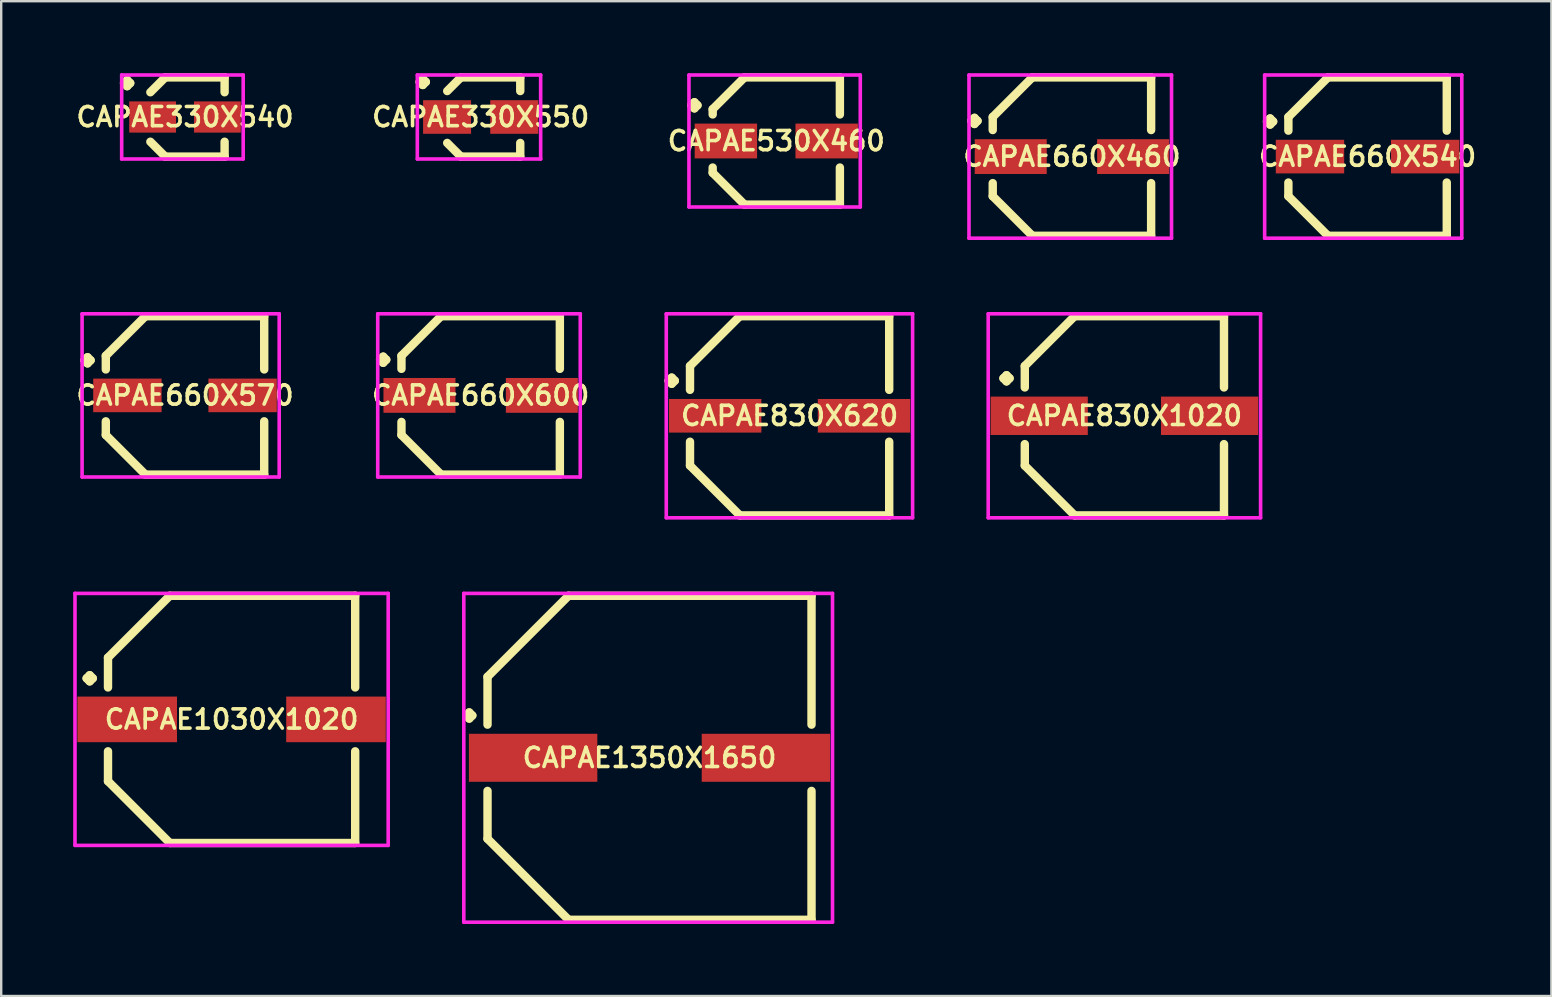
<source format=kicad_pcb>
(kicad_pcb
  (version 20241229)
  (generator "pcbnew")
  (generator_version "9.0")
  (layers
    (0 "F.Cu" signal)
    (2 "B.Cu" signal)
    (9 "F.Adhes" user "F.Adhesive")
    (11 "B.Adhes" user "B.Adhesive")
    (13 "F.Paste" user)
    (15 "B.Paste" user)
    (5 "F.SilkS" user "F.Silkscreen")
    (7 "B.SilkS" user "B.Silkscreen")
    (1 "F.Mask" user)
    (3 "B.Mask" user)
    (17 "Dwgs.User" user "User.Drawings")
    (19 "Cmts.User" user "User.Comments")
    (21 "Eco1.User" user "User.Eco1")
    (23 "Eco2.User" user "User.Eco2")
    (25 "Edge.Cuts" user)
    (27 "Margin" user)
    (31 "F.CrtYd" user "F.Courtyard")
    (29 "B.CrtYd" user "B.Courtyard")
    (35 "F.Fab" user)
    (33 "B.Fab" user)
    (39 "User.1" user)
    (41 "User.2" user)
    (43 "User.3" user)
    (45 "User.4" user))
  (footprint "CAPAE530X460"
    (layer "F.Cu")
    (at 29.296 2.825)
    (property "Reference" "CAPAE530X460" (at 0 0 0) (layer "F.SilkS") (effects (font (size 0.8 0.8) (thickness 0.15))))
    (attr smd)
    (fp_line (start -3.539 -1.487) (end -3.412 -1.614) (stroke (width 0.35) (type solid)) (layer "F.SilkS"))
    (fp_line (start -3.412 -1.614) (end -3.285 -1.487) (stroke (width 0.35) (type solid)) (layer "F.SilkS"))
    (fp_line (start -3.412 -1.36) (end -3.539 -1.487) (stroke (width 0.35) (type solid)) (layer "F.SilkS"))
    (fp_line (start -3.285 -1.487) (end -3.412 -1.36) (stroke (width 0.35) (type solid)) (layer "F.SilkS"))
    (fp_line (start -2.65 -1.325) (end -2.65 -1.106) (stroke (width 0.35) (type solid)) (layer "F.SilkS"))
    (fp_line (start -2.65 1.325) (end -2.65 1.106) (stroke (width 0.35) (type solid)) (layer "F.SilkS"))
    (fp_line (start -1.325 -2.65) (end -2.65 -1.325) (stroke (width 0.35) (type solid)) (layer "F.SilkS"))
    (fp_line (start -1.325 2.65) (end -2.65 1.325) (stroke (width 0.35) (type solid)) (layer "F.SilkS"))
    (fp_line (start 2.65 -2.65) (end -1.325 -2.65) (stroke (width 0.35) (type solid)) (layer "F.SilkS"))
    (fp_line (start 2.65 -1.106) (end 2.65 -2.65) (stroke (width 0.35) (type solid)) (layer "F.SilkS"))
    (fp_line (start 2.65 1.106) (end 2.65 2.65) (stroke (width 0.35) (type solid)) (layer "F.SilkS"))
    (fp_line (start 2.65 2.65) (end -1.325 2.65) (stroke (width 0.35) (type solid)) (layer "F.SilkS"))
    (fp_line (start -3.639 -2.75) (end 3.5 -2.75) (stroke (width 0.15) (type solid)) (layer "F.CrtYd"))
    (fp_line (start -3.639 2.75) (end -3.639 -2.75) (stroke (width 0.15) (type solid)) (layer "F.CrtYd"))
    (fp_line (start 3.5 -2.75) (end 3.5 2.75) (stroke (width 0.15) (type solid)) (layer "F.CrtYd"))
    (fp_line (start 3.5 2.75) (end -3.639 2.75) (stroke (width 0.15) (type solid)) (layer "F.CrtYd"))
    (pad "1" smd rect (at -2.1 0) (size 2.6 1.45) (layers "F.Cu" "F.Mask" "F.Paste"))
    (pad "2" smd rect (at 2.1 0) (size 2.6 1.45) (layers "F.Cu" "F.Mask" "F.Paste")))
  (footprint "CAPAE660X600"
    (layer "F.Cu")
    (at 16.978 13.425)
    (property "Reference" "CAPAE660X600" (at 0 0 0) (layer "F.SilkS") (effects (font (size 0.8 0.8) (thickness 0.15))))
    (attr smd)
    (fp_line (start -4.189 -1.487) (end -4.062 -1.614) (stroke (width 0.35) (type solid)) (layer "F.SilkS"))
    (fp_line (start -4.062 -1.614) (end -3.935 -1.487) (stroke (width 0.35) (type solid)) (layer "F.SilkS"))
    (fp_line (start -4.062 -1.36) (end -4.189 -1.487) (stroke (width 0.35) (type solid)) (layer "F.SilkS"))
    (fp_line (start -3.935 -1.487) (end -4.062 -1.36) (stroke (width 0.35) (type solid)) (layer "F.SilkS"))
    (fp_line (start -3.3 -1.65) (end -3.3 -1.106) (stroke (width 0.35) (type solid)) (layer "F.SilkS"))
    (fp_line (start -3.3 1.65) (end -3.3 1.106) (stroke (width 0.35) (type solid)) (layer "F.SilkS"))
    (fp_line (start -1.65 -3.3) (end -3.3 -1.65) (stroke (width 0.35) (type solid)) (layer "F.SilkS"))
    (fp_line (start -1.65 3.3) (end -3.3 1.65) (stroke (width 0.35) (type solid)) (layer "F.SilkS"))
    (fp_line (start 3.3 -3.3) (end -1.65 -3.3) (stroke (width 0.35) (type solid)) (layer "F.SilkS"))
    (fp_line (start 3.3 -1.106) (end 3.3 -3.3) (stroke (width 0.35) (type solid)) (layer "F.SilkS"))
    (fp_line (start 3.3 1.106) (end 3.3 3.3) (stroke (width 0.35) (type solid)) (layer "F.SilkS"))
    (fp_line (start 3.3 3.3) (end -1.65 3.3) (stroke (width 0.35) (type solid)) (layer "F.SilkS"))
    (fp_line (start -4.289 -3.4) (end 4.15 -3.4) (stroke (width 0.15) (type solid)) (layer "F.CrtYd"))
    (fp_line (start -4.289 3.4) (end -4.289 -3.4) (stroke (width 0.15) (type solid)) (layer "F.CrtYd"))
    (fp_line (start 4.15 -3.4) (end 4.15 3.4) (stroke (width 0.15) (type solid)) (layer "F.CrtYd"))
    (fp_line (start 4.15 3.4) (end -4.289 3.4) (stroke (width 0.15) (type solid)) (layer "F.CrtYd"))
    (pad "1" smd rect (at -2.55 0) (size 3 1.45) (layers "F.Cu" "F.Mask" "F.Paste"))
    (pad "2" smd rect (at 2.55 0) (size 3 1.45) (layers "F.Cu" "F.Mask" "F.Paste")))
  (footprint "CAPAE1350X1650"
    (layer "F.Cu")
    (at 24.014 28.525)
    (property "Reference" "CAPAE1350X1650" (at 0 0 0) (layer "F.SilkS") (effects (font (size 0.8 0.8) (thickness 0.15))))
    (attr smd)
    (fp_line (start -7.639 -1.762) (end -7.512 -1.889) (stroke (width 0.35) (type solid)) (layer "F.SilkS"))
    (fp_line (start -7.512 -1.889) (end -7.385 -1.762) (stroke (width 0.35) (type solid)) (layer "F.SilkS"))
    (fp_line (start -7.512 -1.635) (end -7.639 -1.762) (stroke (width 0.35) (type solid)) (layer "F.SilkS"))
    (fp_line (start -7.385 -1.762) (end -7.512 -1.635) (stroke (width 0.35) (type solid)) (layer "F.SilkS"))
    (fp_line (start -6.75 -3.375) (end -6.75 -1.381) (stroke (width 0.35) (type solid)) (layer "F.SilkS"))
    (fp_line (start -6.75 3.375) (end -6.75 1.381) (stroke (width 0.35) (type solid)) (layer "F.SilkS"))
    (fp_line (start -3.375 -6.75) (end -6.75 -3.375) (stroke (width 0.35) (type solid)) (layer "F.SilkS"))
    (fp_line (start -3.375 6.75) (end -6.75 3.375) (stroke (width 0.35) (type solid)) (layer "F.SilkS"))
    (fp_line (start 6.75 -6.75) (end -3.375 -6.75) (stroke (width 0.35) (type solid)) (layer "F.SilkS"))
    (fp_line (start 6.75 -1.381) (end 6.75 -6.75) (stroke (width 0.35) (type solid)) (layer "F.SilkS"))
    (fp_line (start 6.75 1.381) (end 6.75 6.75) (stroke (width 0.35) (type solid)) (layer "F.SilkS"))
    (fp_line (start 6.75 6.75) (end -3.375 6.75) (stroke (width 0.35) (type solid)) (layer "F.SilkS"))
    (fp_line (start -7.739 -6.85) (end 7.625 -6.85) (stroke (width 0.15) (type solid)) (layer "F.CrtYd"))
    (fp_line (start -7.739 6.85) (end -7.739 -6.85) (stroke (width 0.15) (type solid)) (layer "F.CrtYd"))
    (fp_line (start 7.625 -6.85) (end 7.625 6.85) (stroke (width 0.15) (type solid)) (layer "F.CrtYd"))
    (fp_line (start 7.625 6.85) (end -7.739 6.85) (stroke (width 0.15) (type solid)) (layer "F.CrtYd"))
    (pad "1" smd rect (at -4.85 0) (size 5.35 2) (layers "F.Cu" "F.Mask" "F.Paste"))
    (pad "2" smd rect (at 4.85 0) (size 5.35 2) (layers "F.Cu" "F.Mask" "F.Paste")))
  (footprint "CAPAE330X540"
    (layer "F.Cu")
    (at 4.659 1.825)
    (property "Reference" "CAPAE330X540" (at 0 0 0) (layer "F.SilkS") (effects (font (size 0.8 0.8) (thickness 0.15))))
    (attr smd)
    (fp_line (start -2.539 -1.412) (end -2.412 -1.539) (stroke (width 0.35) (type solid)) (layer "F.SilkS"))
    (fp_line (start -2.412 -1.539) (end -2.285 -1.412) (stroke (width 0.35) (type solid)) (layer "F.SilkS"))
    (fp_line (start -2.412 -1.285) (end -2.539 -1.412) (stroke (width 0.35) (type solid)) (layer "F.SilkS"))
    (fp_line (start -2.285 -1.412) (end -2.412 -1.285) (stroke (width 0.35) (type solid)) (layer "F.SilkS"))
    (fp_line (start -0.825 -1.65) (end -1.444 -1.031) (stroke (width 0.35) (type solid)) (layer "F.SilkS"))
    (fp_line (start -0.825 1.65) (end -1.444 1.031) (stroke (width 0.35) (type solid)) (layer "F.SilkS"))
    (fp_line (start 1.65 -1.65) (end -0.825 -1.65) (stroke (width 0.35) (type solid)) (layer "F.SilkS"))
    (fp_line (start 1.65 -1.031) (end 1.65 -1.65) (stroke (width 0.35) (type solid)) (layer "F.SilkS"))
    (fp_line (start 1.65 1.031) (end 1.65 1.65) (stroke (width 0.35) (type solid)) (layer "F.SilkS"))
    (fp_line (start 1.65 1.65) (end -0.825 1.65) (stroke (width 0.35) (type solid)) (layer "F.SilkS"))
    (fp_line (start -2.639 -1.75) (end 2.425 -1.75) (stroke (width 0.15) (type solid)) (layer "F.CrtYd"))
    (fp_line (start -2.639 1.75) (end -2.639 -1.75) (stroke (width 0.15) (type solid)) (layer "F.CrtYd"))
    (fp_line (start 2.425 -1.75) (end 2.425 1.75) (stroke (width 0.15) (type solid)) (layer "F.CrtYd"))
    (fp_line (start 2.425 1.75) (end -2.639 1.75) (stroke (width 0.15) (type solid)) (layer "F.CrtYd"))
    (pad "1" smd rect (at -1.35 0) (size 1.95 1.3) (layers "F.Cu" "F.Mask" "F.Paste"))
    (pad "2" smd rect (at 1.35 0) (size 1.95 1.3) (layers "F.Cu" "F.Mask" "F.Paste")))
  (footprint "CAPAE1030X1020"
    (layer "F.Cu")
    (at 6.6 26.925)
    (property "Reference" "CAPAE1030X1020" (at 0 0 0) (layer "F.SilkS") (effects (font (size 0.8 0.8) (thickness 0.15))))
    (attr smd)
    (fp_line (start -6.039 -1.712) (end -5.912 -1.839) (stroke (width 0.35) (type solid)) (layer "F.SilkS"))
    (fp_line (start -5.912 -1.839) (end -5.785 -1.712) (stroke (width 0.35) (type solid)) (layer "F.SilkS"))
    (fp_line (start -5.912 -1.585) (end -6.039 -1.712) (stroke (width 0.35) (type solid)) (layer "F.SilkS"))
    (fp_line (start -5.785 -1.712) (end -5.912 -1.585) (stroke (width 0.35) (type solid)) (layer "F.SilkS"))
    (fp_line (start -5.15 -2.575) (end -5.15 -1.331) (stroke (width 0.35) (type solid)) (layer "F.SilkS"))
    (fp_line (start -5.15 2.575) (end -5.15 1.331) (stroke (width 0.35) (type solid)) (layer "F.SilkS"))
    (fp_line (start -2.575 -5.15) (end -5.15 -2.575) (stroke (width 0.35) (type solid)) (layer "F.SilkS"))
    (fp_line (start -2.575 5.15) (end -5.15 2.575) (stroke (width 0.35) (type solid)) (layer "F.SilkS"))
    (fp_line (start 5.15 -5.15) (end -2.575 -5.15) (stroke (width 0.35) (type solid)) (layer "F.SilkS"))
    (fp_line (start 5.15 -1.331) (end 5.15 -5.15) (stroke (width 0.35) (type solid)) (layer "F.SilkS"))
    (fp_line (start 5.15 1.331) (end 5.15 5.15) (stroke (width 0.35) (type solid)) (layer "F.SilkS"))
    (fp_line (start 5.15 5.15) (end -2.575 5.15) (stroke (width 0.35) (type solid)) (layer "F.SilkS"))
    (fp_line (start -6.525 -5.25) (end 6.525 -5.25) (stroke (width 0.15) (type solid)) (layer "F.CrtYd"))
    (fp_line (start -6.525 5.25) (end -6.525 -5.25) (stroke (width 0.15) (type solid)) (layer "F.CrtYd"))
    (fp_line (start 6.525 -5.25) (end 6.525 5.25) (stroke (width 0.15) (type solid)) (layer "F.CrtYd"))
    (fp_line (start 6.525 5.25) (end -6.525 5.25) (stroke (width 0.15) (type solid)) (layer "F.CrtYd"))
    (pad "1" smd rect (at -4.35 0) (size 4.15 1.9) (layers "F.Cu" "F.Mask" "F.Paste"))
    (pad "2" smd rect (at 4.35 0) (size 4.15 1.9) (layers "F.Cu" "F.Mask" "F.Paste")))
  (footprint "CAPAE660X540"
    (layer "F.Cu")
    (at 53.934 3.475)
    (property "Reference" "CAPAE660X540" (at 0 0 0) (layer "F.SilkS") (effects (font (size 0.8 0.8) (thickness 0.15))))
    (attr smd)
    (fp_line (start -4.189 -1.462) (end -4.062 -1.589) (stroke (width 0.35) (type solid)) (layer "F.SilkS"))
    (fp_line (start -4.062 -1.589) (end -3.935 -1.462) (stroke (width 0.35) (type solid)) (layer "F.SilkS"))
    (fp_line (start -4.062 -1.335) (end -4.189 -1.462) (stroke (width 0.35) (type solid)) (layer "F.SilkS"))
    (fp_line (start -3.935 -1.462) (end -4.062 -1.335) (stroke (width 0.35) (type solid)) (layer "F.SilkS"))
    (fp_line (start -3.3 -1.65) (end -3.3 -1.081) (stroke (width 0.35) (type solid)) (layer "F.SilkS"))
    (fp_line (start -3.3 1.65) (end -3.3 1.081) (stroke (width 0.35) (type solid)) (layer "F.SilkS"))
    (fp_line (start -1.65 -3.3) (end -3.3 -1.65) (stroke (width 0.35) (type solid)) (layer "F.SilkS"))
    (fp_line (start -1.65 3.3) (end -3.3 1.65) (stroke (width 0.35) (type solid)) (layer "F.SilkS"))
    (fp_line (start 3.3 -3.3) (end -1.65 -3.3) (stroke (width 0.35) (type solid)) (layer "F.SilkS"))
    (fp_line (start 3.3 -1.081) (end 3.3 -3.3) (stroke (width 0.35) (type solid)) (layer "F.SilkS"))
    (fp_line (start 3.3 1.081) (end 3.3 3.3) (stroke (width 0.35) (type solid)) (layer "F.SilkS"))
    (fp_line (start 3.3 3.3) (end -1.65 3.3) (stroke (width 0.35) (type solid)) (layer "F.SilkS"))
    (fp_line (start -4.289 -3.4) (end 3.925 -3.4) (stroke (width 0.15) (type solid)) (layer "F.CrtYd"))
    (fp_line (start -4.289 3.4) (end -4.289 -3.4) (stroke (width 0.15) (type solid)) (layer "F.CrtYd"))
    (fp_line (start 3.925 -3.4) (end 3.925 3.4) (stroke (width 0.15) (type solid)) (layer "F.CrtYd"))
    (fp_line (start 3.925 3.4) (end -4.289 3.4) (stroke (width 0.15) (type solid)) (layer "F.CrtYd"))
    (pad "1" smd rect (at -2.4 0) (size 2.85 1.4) (layers "F.Cu" "F.Mask" "F.Paste"))
    (pad "2" smd rect (at 2.4 0) (size 2.85 1.4) (layers "F.Cu" "F.Mask" "F.Paste")))
  (footprint "CAPAE660X570"
    (layer "F.Cu")
    (at 4.659 13.425)
    (property "Reference" "CAPAE660X570" (at 0 0 0) (layer "F.SilkS") (effects (font (size 0.8 0.8) (thickness 0.15))))
    (attr through_hole)
    (fp_line (start -4.189 -1.462) (end -4.062 -1.589) (stroke (width 0.35) (type solid)) (layer "F.SilkS"))
    (fp_line (start -4.062 -1.589) (end -3.935 -1.462) (stroke (width 0.35) (type solid)) (layer "F.SilkS"))
    (fp_line (start -4.062 -1.335) (end -4.189 -1.462) (stroke (width 0.35) (type solid)) (layer "F.SilkS"))
    (fp_line (start -3.935 -1.462) (end -4.062 -1.335) (stroke (width 0.35) (type solid)) (layer "F.SilkS"))
    (fp_line (start -3.3 -1.65) (end -3.3 -1.081) (stroke (width 0.35) (type solid)) (layer "F.SilkS"))
    (fp_line (start -3.3 1.65) (end -3.3 1.081) (stroke (width 0.35) (type solid)) (layer "F.SilkS"))
    (fp_line (start -1.65 -3.3) (end -3.3 -1.65) (stroke (width 0.35) (type solid)) (layer "F.SilkS"))
    (fp_line (start -1.65 3.3) (end -3.3 1.65) (stroke (width 0.35) (type solid)) (layer "F.SilkS"))
    (fp_line (start 3.3 -3.3) (end -1.65 -3.3) (stroke (width 0.35) (type solid)) (layer "F.SilkS"))
    (fp_line (start 3.3 -1.081) (end 3.3 -3.3) (stroke (width 0.35) (type solid)) (layer "F.SilkS"))
    (fp_line (start 3.3 1.081) (end 3.3 3.3) (stroke (width 0.35) (type solid)) (layer "F.SilkS"))
    (fp_line (start 3.3 3.3) (end -1.65 3.3) (stroke (width 0.35) (type solid)) (layer "F.SilkS"))
    (fp_line (start -4.289 -3.4) (end 3.925 -3.4) (stroke (width 0.15) (type solid)) (layer "F.CrtYd"))
    (fp_line (start -4.289 3.4) (end -4.289 -3.4) (stroke (width 0.15) (type solid)) (layer "F.CrtYd"))
    (fp_line (start 3.925 -3.4) (end 3.925 3.4) (stroke (width 0.15) (type solid)) (layer "F.CrtYd"))
    (fp_line (start 3.925 3.4) (end -4.289 3.4) (stroke (width 0.15) (type solid)) (layer "F.CrtYd"))
    (pad "1" smd rect (at -2.4 0) (size 2.85 1.4) (layers "F.Cu" "F.Mask" "F.Paste"))
    (pad "2" smd rect (at 2.4 0) (size 2.85 1.4) (layers "F.Cu" "F.Mask" "F.Paste")))
  (footprint "CAPAE830X1020"
    (layer "F.Cu")
    (at 43.801 14.275)
    (property "Reference" "CAPAE830X1020" (at 0 0 0) (layer "F.SilkS") (effects (font (size 0.8 0.8) (thickness 0.15))))
    (attr smd)
    (fp_line (start -5.039 -1.562) (end -4.912 -1.689) (stroke (width 0.35) (type solid)) (layer "F.SilkS"))
    (fp_line (start -4.912 -1.689) (end -4.785 -1.562) (stroke (width 0.35) (type solid)) (layer "F.SilkS"))
    (fp_line (start -4.912 -1.435) (end -5.039 -1.562) (stroke (width 0.35) (type solid)) (layer "F.SilkS"))
    (fp_line (start -4.785 -1.562) (end -4.912 -1.435) (stroke (width 0.35) (type solid)) (layer "F.SilkS"))
    (fp_line (start -4.15 -2.075) (end -4.15 -1.181) (stroke (width 0.35) (type solid)) (layer "F.SilkS"))
    (fp_line (start -4.15 2.075) (end -4.15 1.181) (stroke (width 0.35) (type solid)) (layer "F.SilkS"))
    (fp_line (start -2.075 -4.15) (end -4.15 -2.075) (stroke (width 0.35) (type solid)) (layer "F.SilkS"))
    (fp_line (start -2.075 4.15) (end -4.15 2.075) (stroke (width 0.35) (type solid)) (layer "F.SilkS"))
    (fp_line (start 4.15 -4.15) (end -2.075 -4.15) (stroke (width 0.35) (type solid)) (layer "F.SilkS"))
    (fp_line (start 4.15 -1.181) (end 4.15 -4.15) (stroke (width 0.35) (type solid)) (layer "F.SilkS"))
    (fp_line (start 4.15 1.181) (end 4.15 4.15) (stroke (width 0.35) (type solid)) (layer "F.SilkS"))
    (fp_line (start 4.15 4.15) (end -2.075 4.15) (stroke (width 0.35) (type solid)) (layer "F.SilkS"))
    (fp_line (start -5.675 -4.25) (end 5.675 -4.25) (stroke (width 0.15) (type solid)) (layer "F.CrtYd"))
    (fp_line (start -5.675 4.25) (end -5.675 -4.25) (stroke (width 0.15) (type solid)) (layer "F.CrtYd"))
    (fp_line (start 5.675 -4.25) (end 5.675 4.25) (stroke (width 0.15) (type solid)) (layer "F.CrtYd"))
    (fp_line (start 5.675 4.25) (end -5.675 4.25) (stroke (width 0.15) (type solid)) (layer "F.CrtYd"))
    (pad "1" smd rect (at -3.55 0) (size 4.05 1.6) (layers "F.Cu" "F.Mask" "F.Paste"))
    (pad "2" smd rect (at 3.55 0) (size 4.05 1.6) (layers "F.Cu" "F.Mask" "F.Paste")))
  (footprint "CAPAE830X620"
    (layer "F.Cu")
    (at 29.851 14.275)
    (property "Reference" "CAPAE830X620" (at 0 0 0) (layer "F.SilkS") (effects (font (size 0.8 0.8) (thickness 0.15))))
    (attr smd)
    (fp_line (start -5.039 -1.462) (end -4.912 -1.589) (stroke (width 0.35) (type solid)) (layer "F.SilkS"))
    (fp_line (start -4.912 -1.589) (end -4.785 -1.462) (stroke (width 0.35) (type solid)) (layer "F.SilkS"))
    (fp_line (start -4.912 -1.335) (end -5.039 -1.462) (stroke (width 0.35) (type solid)) (layer "F.SilkS"))
    (fp_line (start -4.785 -1.462) (end -4.912 -1.335) (stroke (width 0.35) (type solid)) (layer "F.SilkS"))
    (fp_line (start -4.15 -2.075) (end -4.15 -1.081) (stroke (width 0.35) (type solid)) (layer "F.SilkS"))
    (fp_line (start -4.15 2.075) (end -4.15 1.081) (stroke (width 0.35) (type solid)) (layer "F.SilkS"))
    (fp_line (start -2.075 -4.15) (end -4.15 -2.075) (stroke (width 0.35) (type solid)) (layer "F.SilkS"))
    (fp_line (start -2.075 4.15) (end -4.15 2.075) (stroke (width 0.35) (type solid)) (layer "F.SilkS"))
    (fp_line (start 4.15 -4.15) (end -2.075 -4.15) (stroke (width 0.35) (type solid)) (layer "F.SilkS"))
    (fp_line (start 4.15 -1.081) (end 4.15 -4.15) (stroke (width 0.35) (type solid)) (layer "F.SilkS"))
    (fp_line (start 4.15 1.081) (end 4.15 4.15) (stroke (width 0.35) (type solid)) (layer "F.SilkS"))
    (fp_line (start 4.15 4.15) (end -2.075 4.15) (stroke (width 0.35) (type solid)) (layer "F.SilkS"))
    (fp_line (start -5.139 -4.25) (end 5.125 -4.25) (stroke (width 0.15) (type solid)) (layer "F.CrtYd"))
    (fp_line (start -5.139 4.25) (end -5.139 -4.25) (stroke (width 0.15) (type solid)) (layer "F.CrtYd"))
    (fp_line (start 5.125 -4.25) (end 5.125 4.25) (stroke (width 0.15) (type solid)) (layer "F.CrtYd"))
    (fp_line (start 5.125 4.25) (end -5.139 4.25) (stroke (width 0.15) (type solid)) (layer "F.CrtYd"))
    (pad "1" smd rect (at -3.1 0) (size 3.85 1.4) (layers "F.Cu" "F.Mask" "F.Paste"))
    (pad "2" smd rect (at 3.1 0) (size 3.85 1.4) (layers "F.Cu" "F.Mask" "F.Paste")))
  (footprint "CAPAE660X460"
    (layer "F.Cu")
    (at 41.615 3.475)
    (property "Reference" "CAPAE660X460" (at 0 0 0) (layer "F.SilkS") (effects (font (size 0.8 0.8) (thickness 0.15))))
    (attr smd)
    (fp_line (start -4.189 -1.487) (end -4.062 -1.614) (stroke (width 0.35) (type solid)) (layer "F.SilkS"))
    (fp_line (start -4.062 -1.614) (end -3.935 -1.487) (stroke (width 0.35) (type solid)) (layer "F.SilkS"))
    (fp_line (start -4.062 -1.36) (end -4.189 -1.487) (stroke (width 0.35) (type solid)) (layer "F.SilkS"))
    (fp_line (start -3.935 -1.487) (end -4.062 -1.36) (stroke (width 0.35) (type solid)) (layer "F.SilkS"))
    (fp_line (start -3.3 -1.65) (end -3.3 -1.106) (stroke (width 0.35) (type solid)) (layer "F.SilkS"))
    (fp_line (start -3.3 1.65) (end -3.3 1.106) (stroke (width 0.35) (type solid)) (layer "F.SilkS"))
    (fp_line (start -1.65 -3.3) (end -3.3 -1.65) (stroke (width 0.35) (type solid)) (layer "F.SilkS"))
    (fp_line (start -1.65 3.3) (end -3.3 1.65) (stroke (width 0.35) (type solid)) (layer "F.SilkS"))
    (fp_line (start 3.3 -3.3) (end -1.65 -3.3) (stroke (width 0.35) (type solid)) (layer "F.SilkS"))
    (fp_line (start 3.3 -1.106) (end 3.3 -3.3) (stroke (width 0.35) (type solid)) (layer "F.SilkS"))
    (fp_line (start 3.3 1.106) (end 3.3 3.3) (stroke (width 0.35) (type solid)) (layer "F.SilkS"))
    (fp_line (start 3.3 3.3) (end -1.65 3.3) (stroke (width 0.35) (type solid)) (layer "F.SilkS"))
    (fp_line (start -4.289 -3.4) (end 4.15 -3.4) (stroke (width 0.15) (type solid)) (layer "F.CrtYd"))
    (fp_line (start -4.289 3.4) (end -4.289 -3.4) (stroke (width 0.15) (type solid)) (layer "F.CrtYd"))
    (fp_line (start 4.15 -3.4) (end 4.15 3.4) (stroke (width 0.15) (type solid)) (layer "F.CrtYd"))
    (fp_line (start 4.15 3.4) (end -4.289 3.4) (stroke (width 0.15) (type solid)) (layer "F.CrtYd"))
    (pad "1" smd rect (at -2.55 0) (size 3 1.45) (layers "F.Cu" "F.Mask" "F.Paste"))
    (pad "2" smd rect (at 2.55 0) (size 3 1.45) (layers "F.Cu" "F.Mask" "F.Paste")))
  (footprint "CAPAE330X550"
    (layer "F.Cu")
    (at 16.978 1.825)
    (property "Reference" "CAPAE330X550" (at 0 0 0) (layer "F.SilkS") (effects (font (size 0.8 0.8) (thickness 0.15))))
    (attr smd)
    (fp_line (start -2.539 -1.462) (end -2.412 -1.589) (stroke (width 0.35) (type solid)) (layer "F.SilkS"))
    (fp_line (start -2.412 -1.589) (end -2.285 -1.462) (stroke (width 0.35) (type solid)) (layer "F.SilkS"))
    (fp_line (start -2.412 -1.335) (end -2.539 -1.462) (stroke (width 0.35) (type solid)) (layer "F.SilkS"))
    (fp_line (start -2.285 -1.462) (end -2.412 -1.335) (stroke (width 0.35) (type solid)) (layer "F.SilkS"))
    (fp_line (start -0.825 -1.65) (end -1.394 -1.081) (stroke (width 0.35) (type solid)) (layer "F.SilkS"))
    (fp_line (start -0.825 1.65) (end -1.394 1.081) (stroke (width 0.35) (type solid)) (layer "F.SilkS"))
    (fp_line (start 1.65 -1.65) (end -0.825 -1.65) (stroke (width 0.35) (type solid)) (layer "F.SilkS"))
    (fp_line (start 1.65 -1.081) (end 1.65 -1.65) (stroke (width 0.35) (type solid)) (layer "F.SilkS"))
    (fp_line (start 1.65 1.081) (end 1.65 1.65) (stroke (width 0.35) (type solid)) (layer "F.SilkS"))
    (fp_line (start 1.65 1.65) (end -0.825 1.65) (stroke (width 0.35) (type solid)) (layer "F.SilkS"))
    (fp_line (start -2.639 -1.75) (end 2.5 -1.75) (stroke (width 0.15) (type solid)) (layer "F.CrtYd"))
    (fp_line (start -2.639 1.75) (end -2.639 -1.75) (stroke (width 0.15) (type solid)) (layer "F.CrtYd"))
    (fp_line (start 2.5 -1.75) (end 2.5 1.75) (stroke (width 0.15) (type solid)) (layer "F.CrtYd"))
    (fp_line (start 2.5 1.75) (end -2.639 1.75) (stroke (width 0.15) (type solid)) (layer "F.CrtYd"))
    (pad "1" smd rect (at -1.4 0) (size 2 1.4) (layers "F.Cu" "F.Mask" "F.Paste"))
    (pad "2" smd rect (at 1.4 0) (size 2 1.4) (layers "F.Cu" "F.Mask" "F.Paste")))
  (gr_rect
    (start -3 -3)
    (end 61.593 38.45)
    (stroke (width 0.1) (type default))
    (fill no)
    (layer "Edge.Cuts")))
</source>
